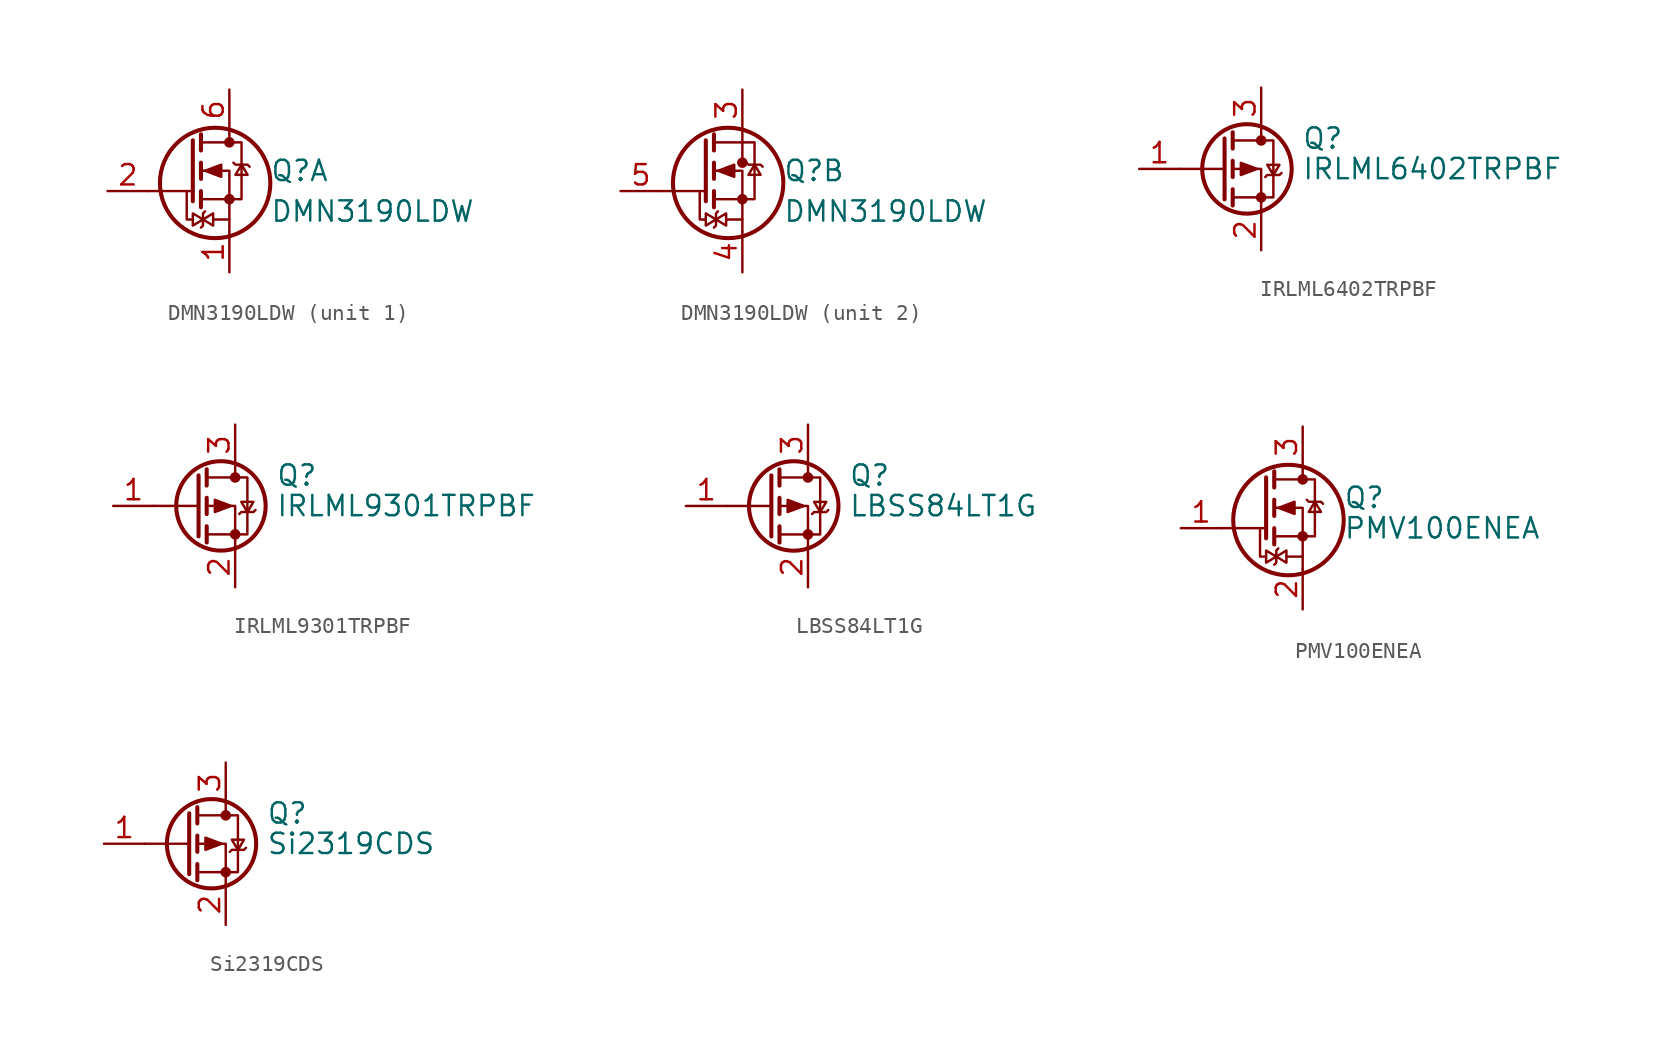
<source format=kicad_sym>
(kicad_symbol_lib
  (version 20220914)
  (generator kicad_symbol_editor)
  (symbol "DMN3190LDW"
    (pin_names
      (offset 1.016) hide)
    (property "Reference" "Q"
      (at 7.62 1.27 0)
      (effects (font (size 1.27 1.27)) (justify left)))
    (property "Value" "DMN3190LDW"
      (at 7.62 -1.27 0)
      (effects (font (size 1.27 1.27)) (justify left)))
    (symbol "DMN3190LDW_1_1"
      (polyline (pts (xy 2.794 0) (xy 0 0)) (stroke (width 0) (type default)) (fill (type none)))
      (polyline (pts (xy 2.794 3.175) (xy 2.794 -0.635)) (stroke (width 0.254) (type default)) (fill (type none)))
      (polyline (pts (xy 3.302 0) (xy 3.302 -1.016)) (stroke (width 0.254) (type default)) (fill (type none)))
      (polyline (pts (xy 3.302 1.778) (xy 3.302 0.762)) (stroke (width 0.254) (type default)) (fill (type none)))
      (polyline (pts (xy 3.302 3.556) (xy 3.302 2.54)) (stroke (width 0.254) (type default)) (fill (type none)))
      (polyline (pts (xy 5.08 -1.778) (xy 4.064 -1.778)) (stroke (width 0) (type default)) (fill (type none)))
      (polyline (pts (xy 5.08 3.81) (xy 5.08 3.048)) (stroke (width 0) (type default)) (fill (type none)))
      (polyline (pts (xy 2.413 0) (xy 2.413 -1.778) (xy 2.794 -1.778)) (stroke (width 0) (type default)) (fill (type none)))
      (polyline (pts (xy 5.08 -2.54) (xy 5.08 1.27) (xy 3.302 1.27)) (stroke (width 0) (type default)) (fill (type none)))
      (polyline (pts (xy 3.302 -2.286) (xy 3.429 -2.159) (xy 3.429 -1.397) (xy 3.556 -1.27)) (stroke (width 0) (type default)) (fill (type none)))
      (polyline (pts (xy 3.302 -0.508) (xy 5.842 -0.508) (xy 5.842 3.048) (xy 3.302 3.048)) (stroke (width 0) (type default)) (fill (type none)))
      (polyline (pts (xy 3.429 -1.778) (xy 2.794 -1.397) (xy 2.794 -2.159) (xy 3.429 -1.778)) (stroke (width 0) (type default)) (fill (type none)))
      (polyline (pts (xy 3.429 -1.778) (xy 4.064 -2.159) (xy 4.064 -1.397) (xy 3.429 -1.778)) (stroke (width 0) (type default)) (fill (type none)))
      (polyline (pts (xy 3.556 1.27) (xy 4.572 1.651) (xy 4.572 0.889) (xy 3.556 1.27)) (stroke (width 0) (type default)) (fill (type outline)))
      (polyline (pts (xy 5.334 1.778) (xy 5.461 1.651) (xy 6.223 1.651) (xy 6.35 1.524)) (stroke (width 0) (type default)) (fill (type none)))
      (polyline (pts (xy 5.842 1.651) (xy 5.461 1.016) (xy 6.223 1.016) (xy 5.842 1.651)) (stroke (width 0) (type default)) (fill (type none)))
      (circle (center 4.191 0.508) (radius 3.454) (stroke (width 0.254) (type default)) (fill (type none)))
      (circle (center 5.08 -0.508) (radius 0.254) (stroke (width 0) (type default)) (fill (type outline)))
      (circle (center 5.08 3.048) (radius 0.254) (stroke (width 0) (type default)) (fill (type outline)))
      (pin passive line (at 5.08 -5.08 90) (length 2.54) (name "S1" (effects (font (size 1.27 1.27)))) (number "1" (effects (font (size 1.27 1.27)))))
      (pin input line (at -2.54 0 0) (length 2.54) (name "G1" (effects (font (size 1.27 1.27)))) (number "2" (effects (font (size 1.27 1.27)))))
      (pin passive line (at 5.08 6.35 270) (length 2.54) (name "D1" (effects (font (size 1.27 1.27)))) (number "6" (effects (font (size 1.27 1.27))))))
    (symbol "DMN3190LDW_2_1"
      (polyline (pts (xy 2.794 0) (xy 0 0)) (stroke (width 0) (type default)) (fill (type none)))
      (polyline (pts (xy 2.794 3.175) (xy 2.794 -0.635)) (stroke (width 0.254) (type default)) (fill (type none)))
      (polyline (pts (xy 3.302 0) (xy 3.302 -1.016)) (stroke (width 0.254) (type default)) (fill (type none)))
      (polyline (pts (xy 3.302 1.778) (xy 3.302 0.762)) (stroke (width 0.254) (type default)) (fill (type none)))
      (polyline (pts (xy 3.302 3.556) (xy 3.302 2.54)) (stroke (width 0.254) (type default)) (fill (type none)))
      (polyline (pts (xy 5.08 -1.778) (xy 4.064 -1.778)) (stroke (width 0) (type default)) (fill (type none)))
      (polyline (pts (xy 5.08 3.81) (xy 5.08 1.778)) (stroke (width 0) (type default)) (fill (type none)))
      (polyline (pts (xy 2.413 0) (xy 2.413 -1.778) (xy 2.794 -1.778)) (stroke (width 0) (type default)) (fill (type none)))
      (polyline (pts (xy 5.08 -2.54) (xy 5.08 1.27) (xy 3.302 1.27)) (stroke (width 0) (type default)) (fill (type none)))
      (polyline (pts (xy 3.302 -2.286) (xy 3.429 -2.159) (xy 3.429 -1.397) (xy 3.556 -1.27)) (stroke (width 0) (type default)) (fill (type none)))
      (polyline (pts (xy 3.302 -0.508) (xy 5.842 -0.508) (xy 5.842 3.048) (xy 3.302 3.048)) (stroke (width 0) (type default)) (fill (type none)))
      (polyline (pts (xy 3.429 -1.778) (xy 2.794 -1.397) (xy 2.794 -2.159) (xy 3.429 -1.778)) (stroke (width 0) (type default)) (fill (type none)))
      (polyline (pts (xy 3.429 -1.778) (xy 4.064 -2.159) (xy 4.064 -1.397) (xy 3.429 -1.778)) (stroke (width 0) (type default)) (fill (type none)))
      (polyline (pts (xy 3.556 1.27) (xy 4.572 1.651) (xy 4.572 0.889) (xy 3.556 1.27)) (stroke (width 0) (type default)) (fill (type outline)))
      (polyline (pts (xy 5.334 1.778) (xy 5.461 1.651) (xy 6.223 1.651) (xy 6.35 1.524)) (stroke (width 0) (type default)) (fill (type none)))
      (polyline (pts (xy 5.842 1.651) (xy 5.461 1.016) (xy 6.223 1.016) (xy 5.842 1.651)) (stroke (width 0) (type default)) (fill (type none)))
      (circle (center 4.191 0.508) (radius 3.454) (stroke (width 0.254) (type default)) (fill (type none)))
      (circle (center 5.08 -0.508) (radius 0.254) (stroke (width 0) (type default)) (fill (type outline)))
      (circle (center 5.08 1.778) (radius 0.254) (stroke (width 0) (type default)) (fill (type outline)))
      (pin passive line (at 5.08 6.35 270) (length 2.54) (name "D2" (effects (font (size 1.27 1.27)))) (number "3" (effects (font (size 1.27 1.27)))))
      (pin passive line (at 5.08 -5.08 90) (length 2.54) (name "S2" (effects (font (size 1.27 1.27)))) (number "4" (effects (font (size 1.27 1.27)))))
      (pin input line (at -2.54 0 0) (length 2.54) (name "G2" (effects (font (size 1.27 1.27)))) (number "5" (effects (font (size 1.27 1.27)))))))
  (symbol "IRLML6402TRPBF"
    (pin_names hide)
    (property "Reference" "Q"
      (at 5.08 1.905 0)
      (effects (font (size 1.27 1.27)) (justify left)))
    (property "Value" "IRLML6402TRPBF"
      (at 5.08 0 0)
      (effects (font (size 1.27 1.27)) (justify left)))
    (symbol "IRLML6402TRPBF_0_1"
      (polyline (pts (xy 0.254 0) (xy -2.54 0)) (stroke (width 0) (type default)) (fill (type none)))
      (polyline (pts (xy 0.254 1.905) (xy 0.254 -1.905)) (stroke (width 0.254) (type default)) (fill (type none)))
      (polyline (pts (xy 0.762 -1.27) (xy 0.762 -2.286)) (stroke (width 0.254) (type default)) (fill (type none)))
      (polyline (pts (xy 0.762 0.508) (xy 0.762 -0.508)) (stroke (width 0.254) (type default)) (fill (type none)))
      (polyline (pts (xy 0.762 2.286) (xy 0.762 1.27)) (stroke (width 0.254) (type default)) (fill (type none)))
      (polyline (pts (xy 2.54 2.54) (xy 2.54 1.778)) (stroke (width 0) (type default)) (fill (type none)))
      (polyline (pts (xy 2.54 -2.54) (xy 2.54 0) (xy 0.762 0)) (stroke (width 0) (type default)) (fill (type none)))
      (polyline (pts (xy 0.762 1.778) (xy 3.302 1.778) (xy 3.302 -1.778) (xy 0.762 -1.778)) (stroke (width 0) (type default)) (fill (type none)))
      (polyline (pts (xy 2.286 0) (xy 1.27 0.381) (xy 1.27 -0.381) (xy 2.286 0)) (stroke (width 0) (type default)) (fill (type outline)))
      (polyline (pts (xy 2.794 -0.508) (xy 2.921 -0.381) (xy 3.683 -0.381) (xy 3.81 -0.254)) (stroke (width 0) (type default)) (fill (type none)))
      (polyline (pts (xy 3.302 -0.381) (xy 2.921 0.254) (xy 3.683 0.254) (xy 3.302 -0.381)) (stroke (width 0) (type default)) (fill (type none)))
      (circle (center 1.651 0) (radius 2.794) (stroke (width 0.254) (type default)) (fill (type none)))
      (circle (center 2.54 -1.778) (radius 0.254) (stroke (width 0) (type default)) (fill (type outline)))
      (circle (center 2.54 1.778) (radius 0.254) (stroke (width 0) (type default)) (fill (type outline))))
    (symbol "IRLML6402TRPBF_1_1"
      (pin input line (at -5.08 0 0) (length 2.54) (name "G" (effects (font (size 1.27 1.27)))) (number "1" (effects (font (size 1.27 1.27)))))
      (pin passive line (at 2.54 -5.08 90) (length 2.54) (name "S" (effects (font (size 1.27 1.27)))) (number "2" (effects (font (size 1.27 1.27)))))
      (pin passive line (at 2.54 5.08 270) (length 2.54) (name "D" (effects (font (size 1.27 1.27)))) (number "3" (effects (font (size 1.27 1.27)))))))
  (symbol "IRLML9301TRPBF"
    (pin_names hide)
    (property "Reference" "Q"
      (at 5.08 1.905 0)
      (effects (font (size 1.27 1.27)) (justify left)))
    (property "Value" "IRLML9301TRPBF"
      (at 5.08 0 0)
      (effects (font (size 1.27 1.27)) (justify left)))
    (symbol "IRLML9301TRPBF_0_1"
      (polyline (pts (xy 0.254 0) (xy -2.54 0)) (stroke (width 0) (type default)) (fill (type none)))
      (polyline (pts (xy 0.254 1.905) (xy 0.254 -1.905)) (stroke (width 0.254) (type default)) (fill (type none)))
      (polyline (pts (xy 0.762 -1.27) (xy 0.762 -2.286)) (stroke (width 0.254) (type default)) (fill (type none)))
      (polyline (pts (xy 0.762 0.508) (xy 0.762 -0.508)) (stroke (width 0.254) (type default)) (fill (type none)))
      (polyline (pts (xy 0.762 2.286) (xy 0.762 1.27)) (stroke (width 0.254) (type default)) (fill (type none)))
      (polyline (pts (xy 2.54 2.54) (xy 2.54 1.778)) (stroke (width 0) (type default)) (fill (type none)))
      (polyline (pts (xy 2.54 -2.54) (xy 2.54 0) (xy 0.762 0)) (stroke (width 0) (type default)) (fill (type none)))
      (polyline (pts (xy 0.762 1.778) (xy 3.302 1.778) (xy 3.302 -1.778) (xy 0.762 -1.778)) (stroke (width 0) (type default)) (fill (type none)))
      (polyline (pts (xy 2.286 0) (xy 1.27 0.381) (xy 1.27 -0.381) (xy 2.286 0)) (stroke (width 0) (type default)) (fill (type outline)))
      (polyline (pts (xy 2.794 -0.508) (xy 2.921 -0.381) (xy 3.683 -0.381) (xy 3.81 -0.254)) (stroke (width 0) (type default)) (fill (type none)))
      (polyline (pts (xy 3.302 -0.381) (xy 2.921 0.254) (xy 3.683 0.254) (xy 3.302 -0.381)) (stroke (width 0) (type default)) (fill (type none)))
      (circle (center 1.651 0) (radius 2.794) (stroke (width 0.254) (type default)) (fill (type none)))
      (circle (center 2.54 -1.778) (radius 0.254) (stroke (width 0) (type default)) (fill (type outline)))
      (circle (center 2.54 1.778) (radius 0.254) (stroke (width 0) (type default)) (fill (type outline))))
    (symbol "IRLML9301TRPBF_1_1"
      (pin input line (at -5.08 0 0) (length 2.54) (name "G" (effects (font (size 1.27 1.27)))) (number "1" (effects (font (size 1.27 1.27)))))
      (pin passive line (at 2.54 -5.08 90) (length 2.54) (name "S" (effects (font (size 1.27 1.27)))) (number "2" (effects (font (size 1.27 1.27)))))
      (pin passive line (at 2.54 5.08 270) (length 2.54) (name "D" (effects (font (size 1.27 1.27)))) (number "3" (effects (font (size 1.27 1.27)))))))
  (symbol "LBSS84LT1G"
    (pin_names hide)
    (property "Reference" "Q"
      (at 5.08 1.905 0)
      (effects (font (size 1.27 1.27)) (justify left)))
    (property "Value" "LBSS84LT1G"
      (at 5.08 0 0)
      (effects (font (size 1.27 1.27)) (justify left)))
    (symbol "LBSS84LT1G_0_1"
      (polyline (pts (xy 0.254 0) (xy -2.54 0)) (stroke (width 0) (type default)) (fill (type none)))
      (polyline (pts (xy 0.254 1.905) (xy 0.254 -1.905)) (stroke (width 0.254) (type default)) (fill (type none)))
      (polyline (pts (xy 0.762 -1.27) (xy 0.762 -2.286)) (stroke (width 0.254) (type default)) (fill (type none)))
      (polyline (pts (xy 0.762 0.508) (xy 0.762 -0.508)) (stroke (width 0.254) (type default)) (fill (type none)))
      (polyline (pts (xy 0.762 2.286) (xy 0.762 1.27)) (stroke (width 0.254) (type default)) (fill (type none)))
      (polyline (pts (xy 2.54 2.54) (xy 2.54 1.778)) (stroke (width 0) (type default)) (fill (type none)))
      (polyline (pts (xy 2.54 -2.54) (xy 2.54 0) (xy 0.762 0)) (stroke (width 0) (type default)) (fill (type none)))
      (polyline (pts (xy 0.762 1.778) (xy 3.302 1.778) (xy 3.302 -1.778) (xy 0.762 -1.778)) (stroke (width 0) (type default)) (fill (type none)))
      (polyline (pts (xy 2.286 0) (xy 1.27 0.381) (xy 1.27 -0.381) (xy 2.286 0)) (stroke (width 0) (type default)) (fill (type outline)))
      (polyline (pts (xy 2.794 -0.508) (xy 2.921 -0.381) (xy 3.683 -0.381) (xy 3.81 -0.254)) (stroke (width 0) (type default)) (fill (type none)))
      (polyline (pts (xy 3.302 -0.381) (xy 2.921 0.254) (xy 3.683 0.254) (xy 3.302 -0.381)) (stroke (width 0) (type default)) (fill (type none)))
      (circle (center 1.651 0) (radius 2.794) (stroke (width 0.254) (type default)) (fill (type none)))
      (circle (center 2.54 -1.778) (radius 0.254) (stroke (width 0) (type default)) (fill (type outline)))
      (circle (center 2.54 1.778) (radius 0.254) (stroke (width 0) (type default)) (fill (type outline))))
    (symbol "LBSS84LT1G_1_1"
      (pin input line (at -5.08 0 0) (length 2.54) (name "G" (effects (font (size 1.27 1.27)))) (number "1" (effects (font (size 1.27 1.27)))))
      (pin passive line (at 2.54 -5.08 90) (length 2.54) (name "S" (effects (font (size 1.27 1.27)))) (number "2" (effects (font (size 1.27 1.27)))))
      (pin passive line (at 2.54 5.08 270) (length 2.54) (name "D" (effects (font (size 1.27 1.27)))) (number "3" (effects (font (size 1.27 1.27)))))))
  (symbol "PMV100ENEA"
    (pin_names hide)
    (property "Reference" "Q"
      (at 5.08 1.905 0)
      (effects (font (size 1.27 1.27)) (justify left)))
    (property "Value" "PMV100ENEA"
      (at 5.08 0 0)
      (effects (font (size 1.27 1.27)) (justify left)))
    (symbol "PMV100ENEA_0_1"
      (polyline (pts (xy 0.254 0) (xy -2.54 0)) (stroke (width 0) (type default)) (fill (type none)))
      (polyline (pts (xy 0.254 3.175) (xy 0.254 -0.635)) (stroke (width 0.254) (type default)) (fill (type none)))
      (polyline (pts (xy 0.762 0) (xy 0.762 -1.016)) (stroke (width 0.254) (type default)) (fill (type none)))
      (polyline (pts (xy 0.762 1.778) (xy 0.762 0.762)) (stroke (width 0.254) (type default)) (fill (type none)))
      (polyline (pts (xy 0.762 3.556) (xy 0.762 2.54)) (stroke (width 0.254) (type default)) (fill (type none)))
      (polyline (pts (xy 2.54 -1.778) (xy 1.524 -1.778)) (stroke (width 0) (type default)) (fill (type none)))
      (polyline (pts (xy 2.54 3.81) (xy 2.54 3.048)) (stroke (width 0) (type default)) (fill (type none)))
      (polyline (pts (xy -0.127 0) (xy -0.127 -1.778) (xy 0.254 -1.778)) (stroke (width 0) (type default)) (fill (type none)))
      (polyline (pts (xy 2.54 -2.54) (xy 2.54 1.27) (xy 0.762 1.27)) (stroke (width 0) (type default)) (fill (type none)))
      (polyline (pts (xy 0.762 -0.508) (xy 3.302 -0.508) (xy 3.302 3.048) (xy 0.762 3.048)) (stroke (width 0) (type default)) (fill (type none)))
      (polyline (pts (xy 1.016 1.27) (xy 2.032 1.651) (xy 2.032 0.889) (xy 1.016 1.27)) (stroke (width 0) (type default)) (fill (type outline)))
      (polyline (pts (xy 2.794 1.778) (xy 2.921 1.651) (xy 3.683 1.651) (xy 3.81 1.524)) (stroke (width 0) (type default)) (fill (type none)))
      (polyline (pts (xy 3.302 1.651) (xy 2.921 1.016) (xy 3.683 1.016) (xy 3.302 1.651)) (stroke (width 0) (type default)) (fill (type none)))
      (circle (center 2.54 -0.508) (radius 0.254) (stroke (width 0) (type default)) (fill (type outline)))
      (circle (center 2.54 3.048) (radius 0.254) (stroke (width 0) (type default)) (fill (type outline))))
    (symbol "PMV100ENEA_1_1"
      (polyline (pts (xy 0.762 -2.286) (xy 0.889 -2.159) (xy 0.889 -1.397) (xy 1.016 -1.27)) (stroke (width 0) (type default)) (fill (type none)))
      (polyline (pts (xy 0.889 -1.778) (xy 0.254 -1.397) (xy 0.254 -2.159) (xy 0.889 -1.778)) (stroke (width 0) (type default)) (fill (type none)))
      (polyline (pts (xy 0.889 -1.778) (xy 1.524 -2.159) (xy 1.524 -1.397) (xy 0.889 -1.778)) (stroke (width 0) (type default)) (fill (type none)))
      (circle (center 1.651 0.508) (radius 3.454) (stroke (width 0.254) (type default)) (fill (type none)))
      (pin input line (at -5.08 0 0) (length 2.54) (name "G" (effects (font (size 1.27 1.27)))) (number "1" (effects (font (size 1.27 1.27)))))
      (pin passive line (at 2.54 -5.08 90) (length 2.54) (name "S" (effects (font (size 1.27 1.27)))) (number "2" (effects (font (size 1.27 1.27)))))
      (pin passive line (at 2.54 6.35 270) (length 2.54) (name "D" (effects (font (size 1.27 1.27)))) (number "3" (effects (font (size 1.27 1.27)))))))
  (symbol "Si2319CDS"
    (pin_names hide)
    (property "Reference" "Q"
      (at 5.08 1.905 0)
      (effects (font (size 1.27 1.27)) (justify left)))
    (property "Value" "Si2319CDS"
      (at 5.08 0 0)
      (effects (font (size 1.27 1.27)) (justify left)))
    (symbol "Si2319CDS_0_1"
      (polyline (pts (xy 0.254 0) (xy -2.54 0)) (stroke (width 0) (type default)) (fill (type none)))
      (polyline (pts (xy 0.254 1.905) (xy 0.254 -1.905)) (stroke (width 0.254) (type default)) (fill (type none)))
      (polyline (pts (xy 0.762 -1.27) (xy 0.762 -2.286)) (stroke (width 0.254) (type default)) (fill (type none)))
      (polyline (pts (xy 0.762 0.508) (xy 0.762 -0.508)) (stroke (width 0.254) (type default)) (fill (type none)))
      (polyline (pts (xy 0.762 2.286) (xy 0.762 1.27)) (stroke (width 0.254) (type default)) (fill (type none)))
      (polyline (pts (xy 2.54 2.54) (xy 2.54 1.778)) (stroke (width 0) (type default)) (fill (type none)))
      (polyline (pts (xy 2.54 -2.54) (xy 2.54 0) (xy 0.762 0)) (stroke (width 0) (type default)) (fill (type none)))
      (polyline (pts (xy 0.762 1.778) (xy 3.302 1.778) (xy 3.302 -1.778) (xy 0.762 -1.778)) (stroke (width 0) (type default)) (fill (type none)))
      (polyline (pts (xy 2.286 0) (xy 1.27 0.381) (xy 1.27 -0.381) (xy 2.286 0)) (stroke (width 0) (type default)) (fill (type outline)))
      (polyline (pts (xy 2.794 -0.508) (xy 2.921 -0.381) (xy 3.683 -0.381) (xy 3.81 -0.254)) (stroke (width 0) (type default)) (fill (type none)))
      (polyline (pts (xy 3.302 -0.381) (xy 2.921 0.254) (xy 3.683 0.254) (xy 3.302 -0.381)) (stroke (width 0) (type default)) (fill (type none)))
      (circle (center 1.651 0) (radius 2.794) (stroke (width 0.254) (type default)) (fill (type none)))
      (circle (center 2.54 -1.778) (radius 0.254) (stroke (width 0) (type default)) (fill (type outline)))
      (circle (center 2.54 1.778) (radius 0.254) (stroke (width 0) (type default)) (fill (type outline))))
    (symbol "Si2319CDS_1_1"
      (pin input line (at -5.08 0 0) (length 2.54) (name "G" (effects (font (size 1.27 1.27)))) (number "1" (effects (font (size 1.27 1.27)))))
      (pin passive line (at 2.54 -5.08 90) (length 2.54) (name "S" (effects (font (size 1.27 1.27)))) (number "2" (effects (font (size 1.27 1.27)))))
      (pin passive line (at 2.54 5.08 270) (length 2.54) (name "D" (effects (font (size 1.27 1.27)))) (number "3" (effects (font (size 1.27 1.27))))))))
</source>
